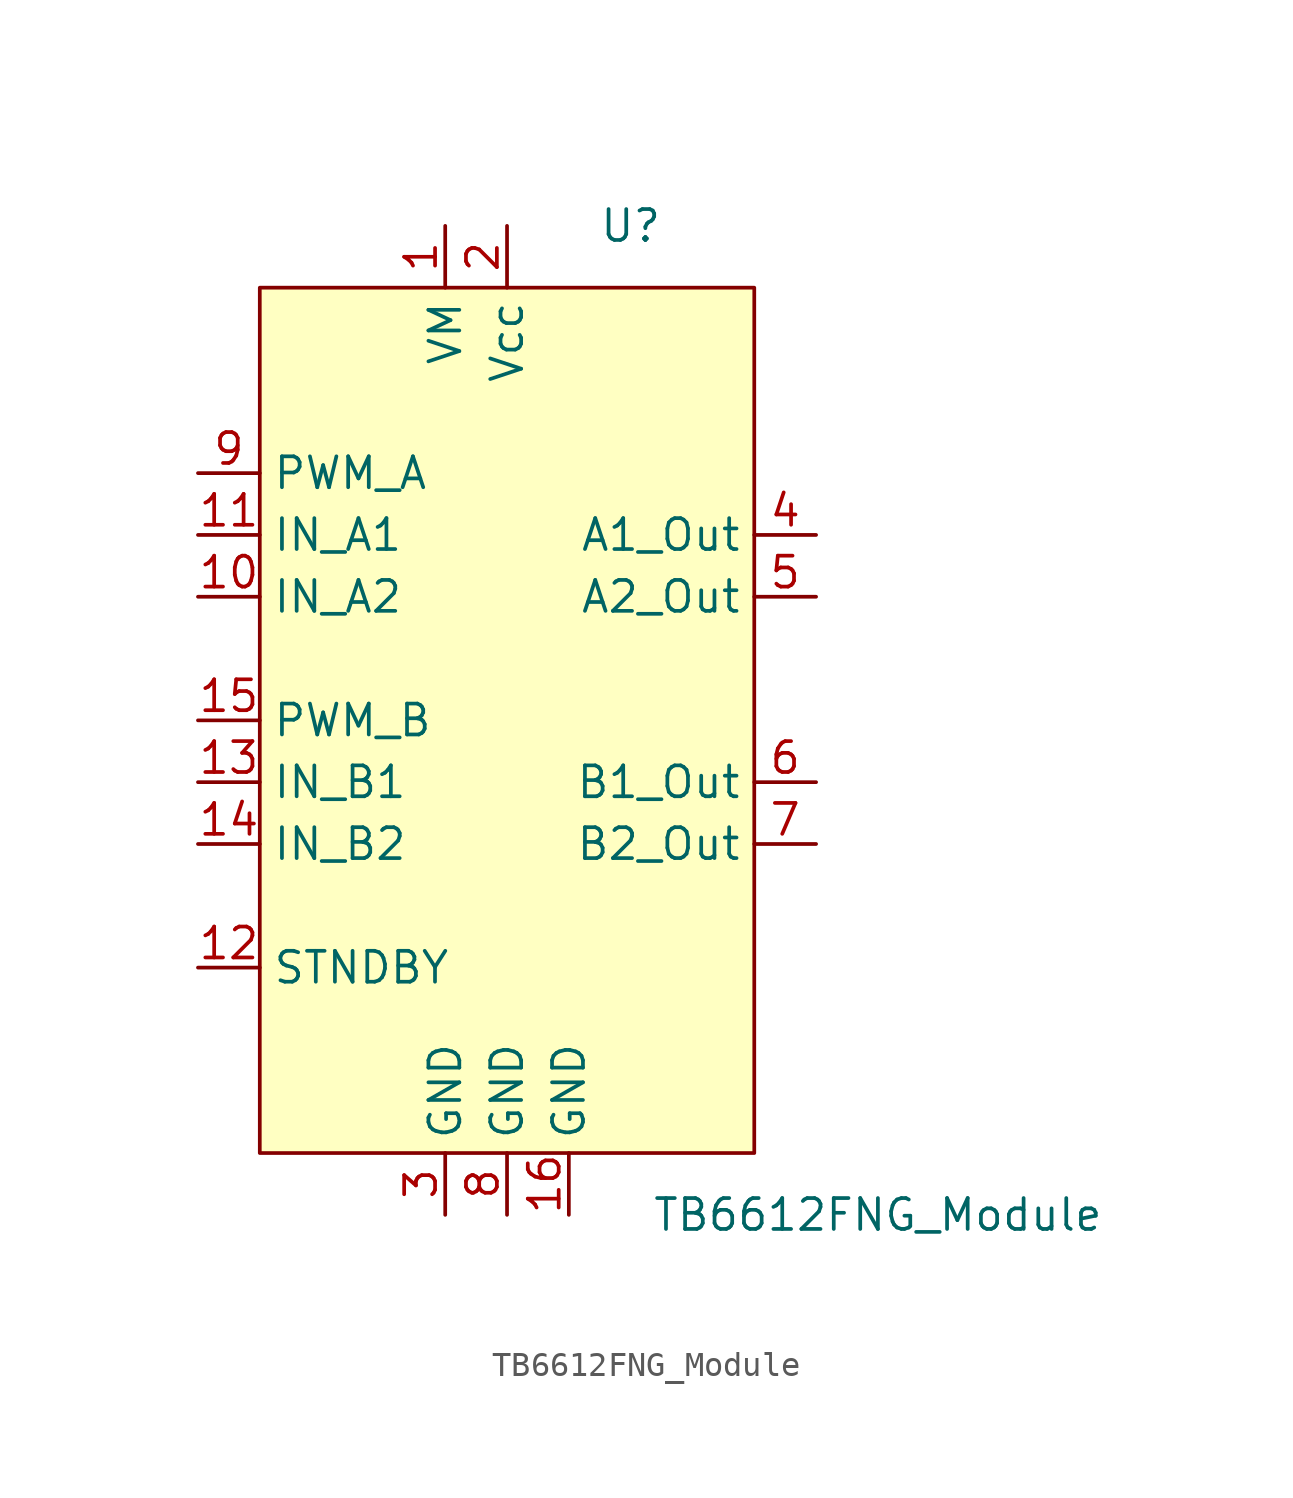
<source format=kicad_sym>
(kicad_symbol_lib
  (version 20220914)
  (generator kicad_symbol_editor)
  (symbol "TB6612FNG_Module"
    (property "Reference" "U"
      (at 5.08 20.32 0)
      (effects (font (size 1.27 1.27))))
    (property "Value" "TB6612FNG_Module"
      (at 15.24 -20.32 0)
      (effects (font (size 1.27 1.27))))
    (symbol "TB6612FNG_Module_0_1"
      (rectangle (start -10.16 17.78) (end 10.16 -17.78) (stroke (width 0) (type default)) (fill (type background))))
    (symbol "TB6612FNG_Module_1_1"
      (pin power_in line (at -2.54 20.32 270) (length 2.54) (name "VM" (effects (font (size 1.27 1.27)))) (number "1" (effects (font (size 1.27 1.27)))))
      (pin input line (at -12.7 5.08 0) (length 2.54) (name "IN_A2" (effects (font (size 1.27 1.27)))) (number "10" (effects (font (size 1.27 1.27)))))
      (pin input line (at -12.7 7.62 0) (length 2.54) (name "IN_A1" (effects (font (size 1.27 1.27)))) (number "11" (effects (font (size 1.27 1.27)))))
      (pin input line (at -12.7 -10.16 0) (length 2.54) (name "STNDBY" (effects (font (size 1.27 1.27)))) (number "12" (effects (font (size 1.27 1.27)))))
      (pin input line (at -12.7 -2.54 0) (length 2.54) (name "IN_B1" (effects (font (size 1.27 1.27)))) (number "13" (effects (font (size 1.27 1.27)))))
      (pin input line (at -12.7 -5.08 0) (length 2.54) (name "IN_B2" (effects (font (size 1.27 1.27)))) (number "14" (effects (font (size 1.27 1.27)))))
      (pin input line (at -12.7 0 0) (length 2.54) (name "PWM_B" (effects (font (size 1.27 1.27)))) (number "15" (effects (font (size 1.27 1.27)))))
      (pin input line (at 2.54 -20.32 90) (length 2.54) (name "GND" (effects (font (size 1.27 1.27)))) (number "16" (effects (font (size 1.27 1.27)))))
      (pin power_in line (at 0 20.32 270) (length 2.54) (name "Vcc" (effects (font (size 1.27 1.27)))) (number "2" (effects (font (size 1.27 1.27)))))
      (pin input line (at -2.54 -20.32 90) (length 2.54) (name "GND" (effects (font (size 1.27 1.27)))) (number "3" (effects (font (size 1.27 1.27)))))
      (pin output line (at 12.7 7.62 180) (length 2.54) (name "A1_Out" (effects (font (size 1.27 1.27)))) (number "4" (effects (font (size 1.27 1.27)))))
      (pin output line (at 12.7 5.08 180) (length 2.54) (name "A2_Out" (effects (font (size 1.27 1.27)))) (number "5" (effects (font (size 1.27 1.27)))))
      (pin output line (at 12.7 -2.54 180) (length 2.54) (name "B1_Out" (effects (font (size 1.27 1.27)))) (number "6" (effects (font (size 1.27 1.27)))))
      (pin output line (at 12.7 -5.08 180) (length 2.54) (name "B2_Out" (effects (font (size 1.27 1.27)))) (number "7" (effects (font (size 1.27 1.27)))))
      (pin input line (at 0 -20.32 90) (length 2.54) (name "GND" (effects (font (size 1.27 1.27)))) (number "8" (effects (font (size 1.27 1.27)))))
      (pin input line (at -12.7 10.16 0) (length 2.54) (name "PWM_A" (effects (font (size 1.27 1.27)))) (number "9" (effects (font (size 1.27 1.27))))))))
</source>
